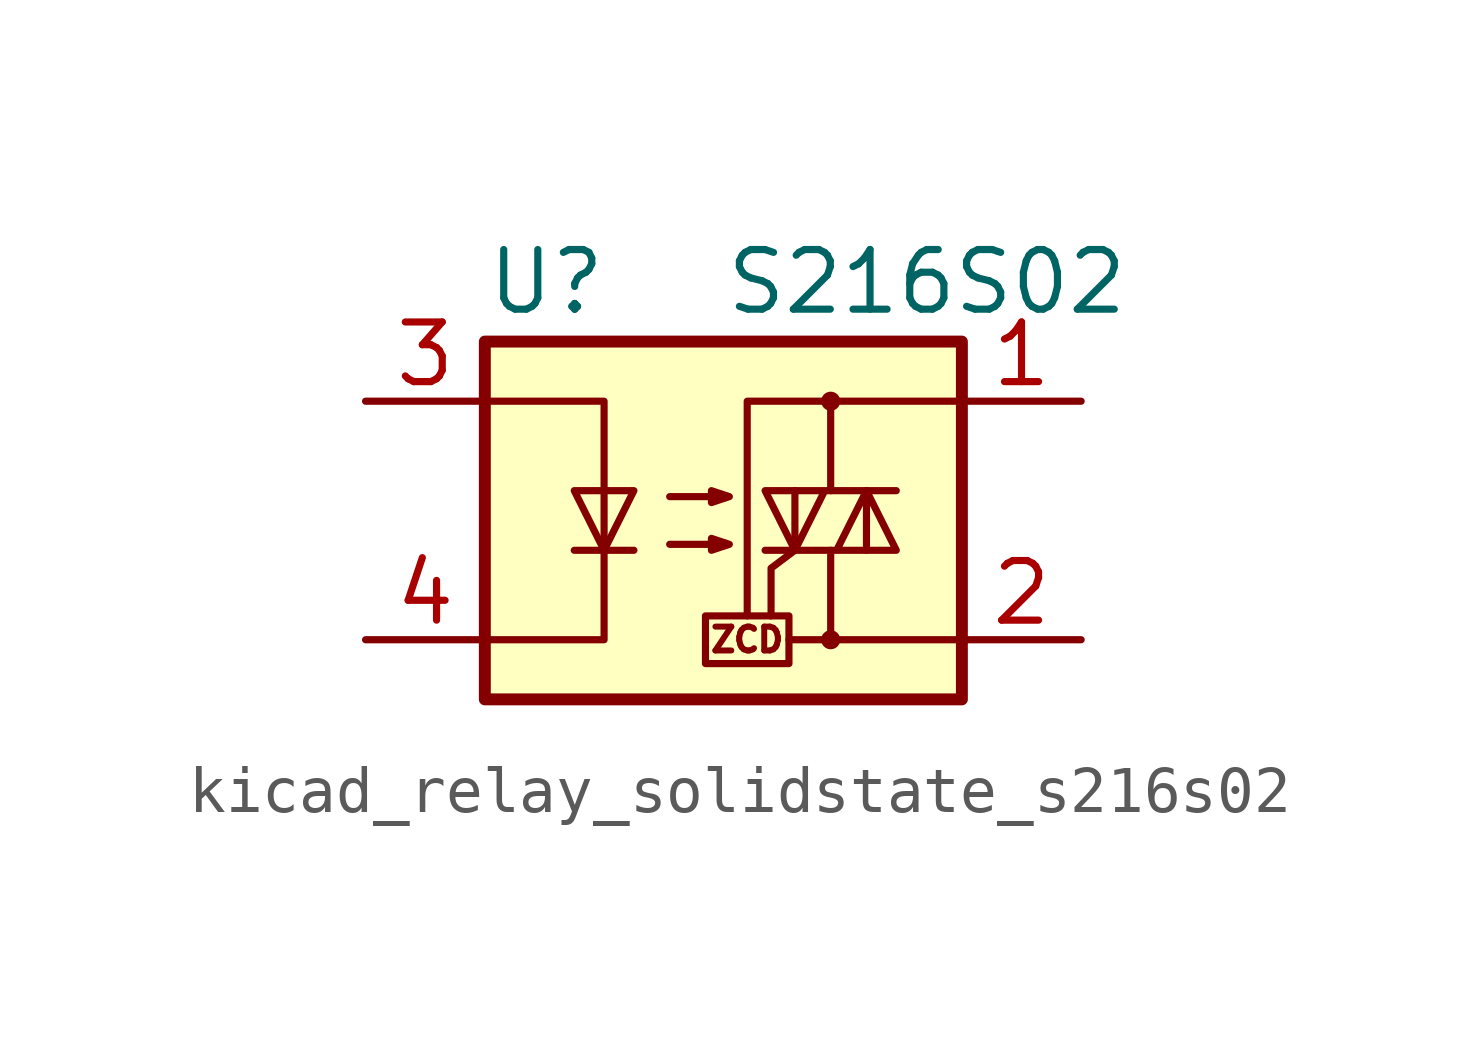
<source format=kicad_sym>
(kicad_symbol_lib
  (version 20220914)
  (generator kicad_symbol_editor)
  (symbol "kicad_relay_solidstate_s216s02"
    (property "Reference" "U"
      (at -5.08 5.08 0)
      (effects (font (size 1.27 1.27)) (justify left)))
    (property "Value" "S216S02"
      (at 0 5.08 0)
      (effects (font (size 1.27 1.27)) (justify left)))
    (symbol "kicad_relay_solidstate_s216s02_0_0"
      (rectangle (start -0.381 -2.032) (end 1.397 -3.048) (stroke (width 0) (type default)) (fill (type none)))
      (polyline (pts (xy 2.286 -2.54) (xy 1.397 -2.54)) (stroke (width 0) (type default)) (fill (type none)))
      (polyline (pts (xy 1.524 -0.635) (xy 1.016 -1.016) (xy 1.016 -2.032)) (stroke (width 0) (type default)) (fill (type none)))
      (text "ZCD" (at 0.508 -2.54 0) (effects (font (size 0.508 0.508)))))
    (symbol "kicad_relay_solidstate_s216s02_0_1"
      (rectangle (start -5.08 3.81) (end 5.08 -3.81) (stroke (width 0.254) (type default)) (fill (type background)))
      (polyline (pts (xy -3.175 -0.635) (xy -1.905 -0.635)) (stroke (width 0) (type default)) (fill (type none)))
      (polyline (pts (xy 1.524 -0.635) (xy 1.524 0.635)) (stroke (width 0) (type default)) (fill (type none)))
      (polyline (pts (xy 3.048 0.635) (xy 3.048 -0.635)) (stroke (width 0) (type default)) (fill (type none)))
      (polyline (pts (xy 2.286 -0.635) (xy 2.286 -2.54) (xy 5.08 -2.54)) (stroke (width 0) (type default)) (fill (type none)))
      (polyline (pts (xy 2.286 0.635) (xy 2.286 2.54) (xy 5.08 2.54)) (stroke (width 0) (type default)) (fill (type none)))
      (polyline (pts (xy 2.286 2.54) (xy 0.508 2.54) (xy 0.508 -2.032)) (stroke (width 0) (type default)) (fill (type none)))
      (polyline (pts (xy -5.08 2.54) (xy -2.54 2.54) (xy -2.54 -2.54) (xy -5.08 -2.54)) (stroke (width 0) (type default)) (fill (type none)))
      (polyline (pts (xy -2.54 -0.635) (xy -3.175 0.635) (xy -1.905 0.635) (xy -2.54 -0.635)) (stroke (width 0) (type default)) (fill (type none)))
      (polyline (pts (xy 0.889 -0.635) (xy 3.683 -0.635) (xy 3.048 0.635) (xy 2.413 -0.635)) (stroke (width 0) (type default)) (fill (type none)))
      (polyline (pts (xy 3.683 0.635) (xy 0.889 0.635) (xy 1.524 -0.635) (xy 2.159 0.635)) (stroke (width 0) (type default)) (fill (type none)))
      (polyline (pts (xy -1.143 -0.508) (xy 0.127 -0.508) (xy -0.254 -0.635) (xy -0.254 -0.381) (xy 0.127 -0.508)) (stroke (width 0) (type default)) (fill (type none)))
      (polyline (pts (xy -1.143 0.508) (xy 0.127 0.508) (xy -0.254 0.381) (xy -0.254 0.635) (xy 0.127 0.508)) (stroke (width 0) (type default)) (fill (type none)))
      (circle (center 2.286 -2.54) (radius 0.127) (stroke (width 0) (type default)) (fill (type none)))
      (circle (center 2.286 2.54) (radius 0.127) (stroke (width 0) (type default)) (fill (type none))))
    (symbol "kicad_relay_solidstate_s216s02_1_1"
      (pin passive line (at 7.62 2.54 180) (length 2.54) (name "~" (effects (font (size 1.27 1.27)))) (number "1" (effects (font (size 1.27 1.27)))))
      (pin passive line (at 7.62 -2.54 180) (length 2.54) (name "~" (effects (font (size 1.27 1.27)))) (number "2" (effects (font (size 1.27 1.27)))))
      (pin passive line (at -7.62 2.54 0) (length 2.54) (name "~" (effects (font (size 1.27 1.27)))) (number "3" (effects (font (size 1.27 1.27)))))
      (pin passive line (at -7.62 -2.54 0) (length 2.54) (name "~" (effects (font (size 1.27 1.27)))) (number "4" (effects (font (size 1.27 1.27))))))))
</source>
